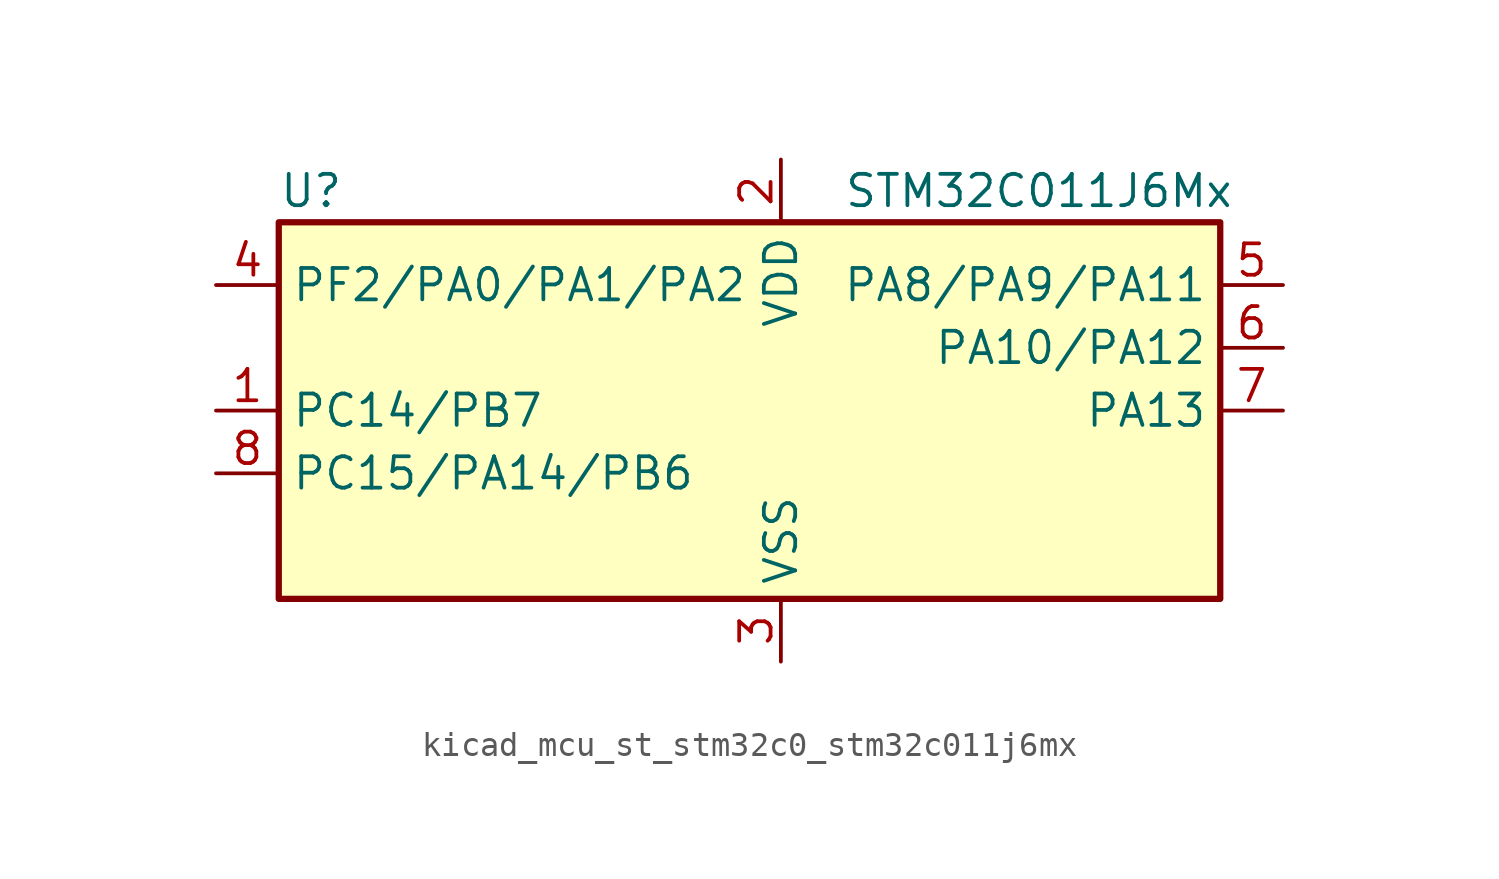
<source format=kicad_sym>
(kicad_symbol_lib
  (version 20220914)
  (generator kicad_symbol_editor)
  (symbol "kicad_mcu_st_stm32c0_stm32c011j6mx"
    (property "Reference" "U"
      (at -17.78 8.89 0)
      (effects (font (size 1.27 1.27)) (justify left)))
    (property "Value" "STM32C011J6Mx"
      (at 5.08 8.89 0)
      (effects (font (size 1.27 1.27)) (justify left)))
    (property "ki_locked" ""
      (at 0 0 0)
      (effects (font (size 1.27 1.27))))
    (symbol "kicad_mcu_st_stm32c0_stm32c011j6mx_0_1"
      (rectangle (start -17.78 -7.62) (end 20.32 7.62) (stroke (width 0.254) (type default)) (fill (type background))))
    (symbol "kicad_mcu_st_stm32c0_stm32c011j6mx_1_1"
      (pin bidirectional line (at -20.32 0 0) (length 2.54) (name "PC14/PB7" (effects (font (size 1.27 1.27)))) (number "1" (effects (font (size 1.27 1.27)))) (alternate "I2C1_SDA" bidirectional line) (alternate "IR_OUT" bidirectional line) (alternate "RCC_OSCX_IN" bidirectional line) (alternate "TIM17_CH1" bidirectional line) (alternate "TIM1_BKIN2" bidirectional line) (alternate "TIM1_ETR" bidirectional line) (alternate "TIM3_CH2" bidirectional line) (alternate "USART1_TX" bidirectional line) (alternate "USART2_CK" bidirectional line) (alternate "USART2_DE" bidirectional line) (alternate "USART2_RTS" bidirectional line))
      (pin power_in line (at 2.54 10.16 270) (length 2.54) (name "VDD" (effects (font (size 1.27 1.27)))) (number "2" (effects (font (size 1.27 1.27)))))
      (pin power_in line (at 2.54 -10.16 90) (length 2.54) (name "VSS" (effects (font (size 1.27 1.27)))) (number "3" (effects (font (size 1.27 1.27)))))
      (pin bidirectional line (at -20.32 5.08 0) (length 2.54) (name "PF2/PA0/PA1/PA2" (effects (font (size 1.27 1.27)))) (number "4" (effects (font (size 1.27 1.27)))) (alternate "RCC_MCO" bidirectional line) (alternate "TIM1_CH4" bidirectional line))
      (pin bidirectional line (at 22.86 5.08 180) (length 2.54) (name "PA8/PA9/PA11" (effects (font (size 1.27 1.27)))) (number "5" (effects (font (size 1.27 1.27)))) (alternate "ADC1_IN8" bidirectional line) (alternate "I2S1_WS" bidirectional line) (alternate "RCC_MCO" bidirectional line) (alternate "RCC_MCO_2" bidirectional line) (alternate "SPI1_NSS" bidirectional line) (alternate "TIM14_CH1" bidirectional line) (alternate "TIM1_CH1" bidirectional line) (alternate "TIM1_CH2N" bidirectional line) (alternate "TIM1_CH3N" bidirectional line) (alternate "TIM3_CH3" bidirectional line) (alternate "TIM3_CH4" bidirectional line) (alternate "USART1_RX" bidirectional line) (alternate "USART2_TX" bidirectional line))
      (pin bidirectional line (at 22.86 2.54 180) (length 2.54) (name "PA10/PA12" (effects (font (size 1.27 1.27)))) (number "6" (effects (font (size 1.27 1.27)))) (alternate "I2C1_SDA" bidirectional line) (alternate "RCC_MCO_2" bidirectional line) (alternate "TIM17_BKIN" bidirectional line) (alternate "TIM1_CH3" bidirectional line) (alternate "USART1_RX" bidirectional line))
      (pin bidirectional line (at 22.86 0 180) (length 2.54) (name "PA13" (effects (font (size 1.27 1.27)))) (number "7" (effects (font (size 1.27 1.27)))) (alternate "ADC1_IN13" bidirectional line) (alternate "DEBUG_SWDIO" bidirectional line) (alternate "IR_OUT" bidirectional line) (alternate "TIM3_ETR" bidirectional line) (alternate "USART2_RX" bidirectional line))
      (pin bidirectional line (at -20.32 -2.54 0) (length 2.54) (name "PC15/PA14/PB6" (effects (font (size 1.27 1.27)))) (number "8" (effects (font (size 1.27 1.27)))) (alternate "RCC_OSC32_EN" bidirectional line) (alternate "RCC_OSCX_OUT" bidirectional line) (alternate "RCC_OSC_EN" bidirectional line) (alternate "TIM1_ETR" bidirectional line) (alternate "TIM3_CH3" bidirectional line)))))
</source>
